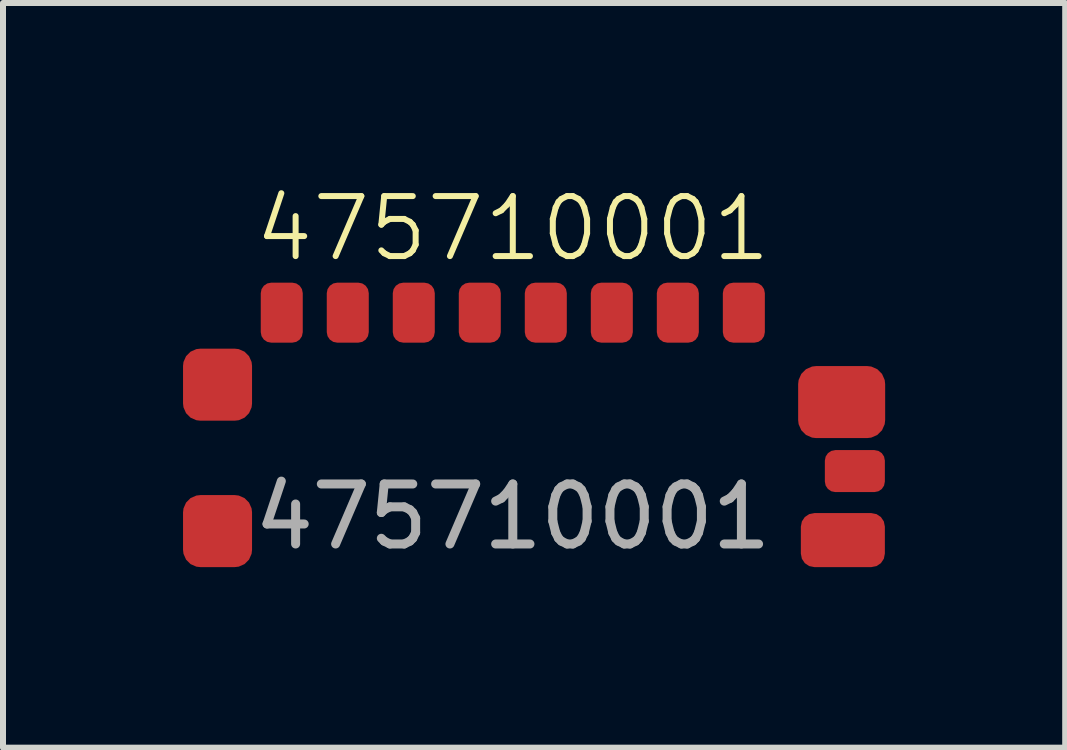
<source format=kicad_pcb>
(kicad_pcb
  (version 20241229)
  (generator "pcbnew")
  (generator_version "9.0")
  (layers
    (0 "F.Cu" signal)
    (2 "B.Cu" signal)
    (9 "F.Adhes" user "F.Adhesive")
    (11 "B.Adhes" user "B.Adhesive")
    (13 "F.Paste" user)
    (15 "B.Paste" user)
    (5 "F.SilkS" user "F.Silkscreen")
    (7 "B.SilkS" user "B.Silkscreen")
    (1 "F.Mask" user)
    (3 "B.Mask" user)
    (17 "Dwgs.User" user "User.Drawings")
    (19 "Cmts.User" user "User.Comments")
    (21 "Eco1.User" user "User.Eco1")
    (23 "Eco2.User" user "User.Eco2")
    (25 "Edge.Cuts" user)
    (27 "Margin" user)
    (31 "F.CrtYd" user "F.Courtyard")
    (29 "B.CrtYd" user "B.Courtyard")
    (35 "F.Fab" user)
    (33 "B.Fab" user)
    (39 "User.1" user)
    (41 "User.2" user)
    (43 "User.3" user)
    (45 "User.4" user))
  (footprint "475710001"
    (layer "F.Cu")
    (at 5.495 2.16)
    (property "Reference" "475710001" (at 0 -1.4 0) (unlocked yes) (layer "F.SilkS") (effects (font (size 1 1) (thickness 0.1))))
    (attr smd)
    (fp_text user "${REFERENCE}" (at 0 3.4 0) (unlocked yes) (layer "F.Fab") (effects (font (size 1 1) (thickness 0.15))))
    (pad "G1" smd roundrect (at -4.92 1.2) (size 1.15 1.2) (layers "F.Cu" "F.Mask" "F.Paste") (roundrect_rratio 0.25))
    (pad "G2" smd roundrect (at -4.92 3.64) (size 1.15 1.2) (layers "F.Cu" "F.Mask" "F.Paste") (roundrect_rratio 0.25))
    (pad "G3" smd roundrect (at 5.48 1.49) (size 1.45 1.2) (layers "F.Cu" "F.Mask" "F.Paste") (roundrect_rratio 0.25))
    (pad "G4" smd roundrect (at 5.7 2.64) (size 1 0.7) (layers "F.Cu" "F.Mask" "F.Paste") (roundrect_rratio 0.25))
    (pad "G5" smd roundrect (at 5.5 3.79) (size 1.4 0.9) (layers "F.Cu" "F.Mask" "F.Paste") (roundrect_rratio 0.25))
    (pad "P1" smd roundrect (at 3.85 0) (size 0.7 1) (layers "F.Cu" "F.Mask" "F.Paste") (roundrect_rratio 0.25))
    (pad "P2" smd roundrect (at 2.75 0) (size 0.7 1) (layers "F.Cu" "F.Mask" "F.Paste") (roundrect_rratio 0.25))
    (pad "P3" smd roundrect (at 1.65 0) (size 0.7 1) (layers "F.Cu" "F.Mask" "F.Paste") (roundrect_rratio 0.25))
    (pad "P4" smd roundrect (at 0.55 0) (size 0.7 1) (layers "F.Cu" "F.Mask" "F.Paste") (roundrect_rratio 0.25))
    (pad "P5" smd roundrect (at -0.55 0) (size 0.7 1) (layers "F.Cu" "F.Mask" "F.Paste") (roundrect_rratio 0.25))
    (pad "P6" smd roundrect (at -1.65 0) (size 0.7 1) (layers "F.Cu" "F.Mask" "F.Paste") (roundrect_rratio 0.25))
    (pad "P7" smd roundrect (at -2.75 0) (size 0.7 1) (layers "F.Cu" "F.Mask" "F.Paste") (roundrect_rratio 0.25))
    (pad "P8" smd roundrect (at -3.85 0) (size 0.7 1) (layers "F.Cu" "F.Mask" "F.Paste") (roundrect_rratio 0.25)))
  (gr_rect
    (start -3 -3)
    (end 14.7 9.409)
    (stroke (width 0.1) (type default))
    (fill no)
    (layer "Edge.Cuts")))
</source>
